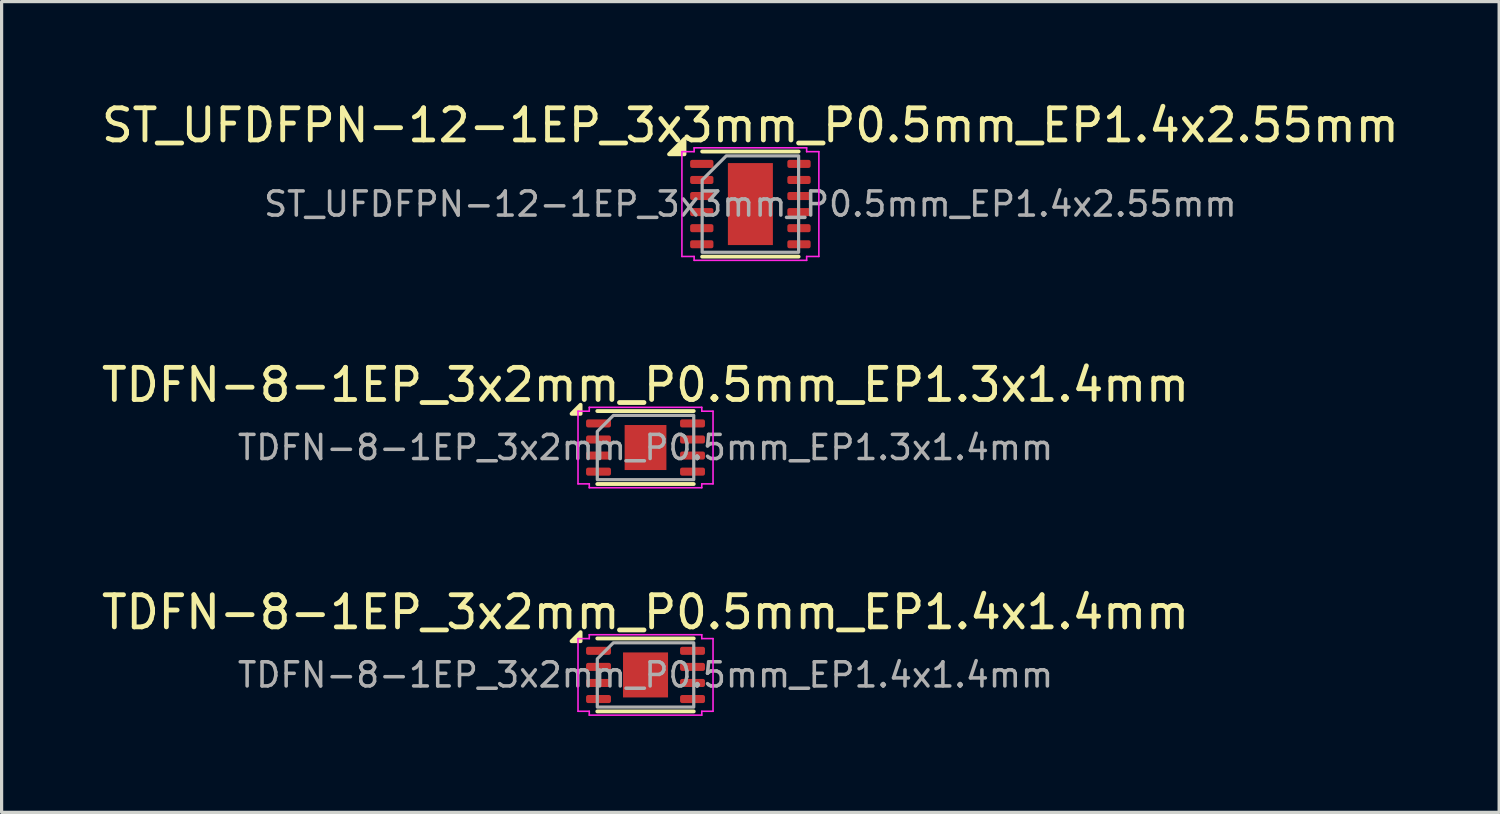
<source format=kicad_pcb>
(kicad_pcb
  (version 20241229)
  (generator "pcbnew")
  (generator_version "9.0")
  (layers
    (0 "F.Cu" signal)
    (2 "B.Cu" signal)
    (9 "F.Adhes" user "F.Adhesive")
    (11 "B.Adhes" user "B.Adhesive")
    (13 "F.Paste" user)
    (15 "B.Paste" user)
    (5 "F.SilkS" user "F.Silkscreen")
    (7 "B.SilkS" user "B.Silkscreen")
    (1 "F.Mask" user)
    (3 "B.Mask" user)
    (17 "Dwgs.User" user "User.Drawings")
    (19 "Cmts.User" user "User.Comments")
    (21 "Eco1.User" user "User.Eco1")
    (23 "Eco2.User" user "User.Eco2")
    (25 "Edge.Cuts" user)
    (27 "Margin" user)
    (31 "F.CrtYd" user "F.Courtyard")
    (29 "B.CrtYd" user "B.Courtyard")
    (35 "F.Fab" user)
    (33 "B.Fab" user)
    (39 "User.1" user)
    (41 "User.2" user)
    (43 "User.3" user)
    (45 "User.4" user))
  (footprint "ST_UFDFPN-12-1EP_3x3mm_P0.5mm_EP1.4x2.55mm"
    (layer "F.Cu")
    (at 20.292 3.298)
    (property "Reference" "ST_UFDFPN-12-1EP_3x3mm_P0.5mm_EP1.4x2.55mm" (at 0 -2.45 0) (layer "F.SilkS") (effects (font (size 1 1) (thickness 0.15))))
    (attr smd)
    (fp_line (start -1.5 -1.635) (end 1.5 -1.635) (stroke (width 0.12) (type solid)) (layer "F.SilkS"))
    (fp_line (start -1.5 1.635) (end 1.5 1.635) (stroke (width 0.12) (type solid)) (layer "F.SilkS"))
    (fp_poly (pts (xy -2.05 -1.55) (xy -2.53 -1.55) (xy -2.05 -2.03)) (stroke (width 0.12) (type solid)) (fill yes) (layer "F.SilkS"))
    (fp_line (start -2.13 -1.63) (end -1.75 -1.63) (stroke (width 0.05) (type solid)) (layer "F.CrtYd"))
    (fp_line (start -2.13 1.63) (end -2.13 -1.63) (stroke (width 0.05) (type solid)) (layer "F.CrtYd"))
    (fp_line (start -1.75 -1.75) (end 1.75 -1.75) (stroke (width 0.05) (type solid)) (layer "F.CrtYd"))
    (fp_line (start -1.75 -1.63) (end -1.75 -1.75) (stroke (width 0.05) (type solid)) (layer "F.CrtYd"))
    (fp_line (start -1.75 1.63) (end -2.13 1.63) (stroke (width 0.05) (type solid)) (layer "F.CrtYd"))
    (fp_line (start -1.75 1.75) (end -1.75 1.63) (stroke (width 0.05) (type solid)) (layer "F.CrtYd"))
    (fp_line (start 1.75 -1.75) (end 1.75 -1.63) (stroke (width 0.05) (type solid)) (layer "F.CrtYd"))
    (fp_line (start 1.75 -1.63) (end 2.13 -1.63) (stroke (width 0.05) (type solid)) (layer "F.CrtYd"))
    (fp_line (start 1.75 1.63) (end 1.75 1.75) (stroke (width 0.05) (type solid)) (layer "F.CrtYd"))
    (fp_line (start 1.75 1.75) (end -1.75 1.75) (stroke (width 0.05) (type solid)) (layer "F.CrtYd"))
    (fp_line (start 2.13 -1.63) (end 2.13 1.63) (stroke (width 0.05) (type solid)) (layer "F.CrtYd"))
    (fp_line (start 2.13 1.63) (end 1.75 1.63) (stroke (width 0.05) (type solid)) (layer "F.CrtYd"))
    (fp_poly (pts (xy -1.5 -0.75) (xy -1.5 1.5) (xy 1.5 1.5) (xy 1.5 -1.5) (xy -0.75 -1.5)) (stroke (width 0.1) (type solid)) (fill no) (layer "F.Fab"))
    (fp_text user "${REFERENCE}" (at 0 0 0) (layer "F.Fab") (effects (font (size 0.75 0.75) (thickness 0.11))))
    (pad "" smd roundrect (at 0 0) (size 1.13 2.06) (layers "F.Paste") (roundrect_rratio 0.221))
    (pad "1" smd roundrect (at -1.512 -1.25) (size 0.725 0.25) (layers "F.Cu" "F.Mask" "F.Paste") (roundrect_rratio 0.25))
    (pad "2" smd roundrect (at -1.512 -0.75) (size 0.725 0.25) (layers "F.Cu" "F.Mask" "F.Paste") (roundrect_rratio 0.25))
    (pad "3" smd roundrect (at -1.512 -0.25) (size 0.725 0.25) (layers "F.Cu" "F.Mask" "F.Paste") (roundrect_rratio 0.25))
    (pad "4" smd roundrect (at -1.512 0.25) (size 0.725 0.25) (layers "F.Cu" "F.Mask" "F.Paste") (roundrect_rratio 0.25))
    (pad "5" smd roundrect (at -1.512 0.75) (size 0.725 0.25) (layers "F.Cu" "F.Mask" "F.Paste") (roundrect_rratio 0.25))
    (pad "6" smd roundrect (at -1.512 1.25) (size 0.725 0.25) (layers "F.Cu" "F.Mask" "F.Paste") (roundrect_rratio 0.25))
    (pad "7" smd roundrect (at 1.512 1.25) (size 0.725 0.25) (layers "F.Cu" "F.Mask" "F.Paste") (roundrect_rratio 0.25))
    (pad "8" smd roundrect (at 1.512 0.75) (size 0.725 0.25) (layers "F.Cu" "F.Mask" "F.Paste") (roundrect_rratio 0.25))
    (pad "9" smd roundrect (at 1.512 0.25) (size 0.725 0.25) (layers "F.Cu" "F.Mask" "F.Paste") (roundrect_rratio 0.25))
    (pad "10" smd roundrect (at 1.512 -0.25) (size 0.725 0.25) (layers "F.Cu" "F.Mask" "F.Paste") (roundrect_rratio 0.25))
    (pad "11" smd roundrect (at 1.512 -0.75) (size 0.725 0.25) (layers "F.Cu" "F.Mask" "F.Paste") (roundrect_rratio 0.25))
    (pad "12" smd roundrect (at 1.512 -1.25) (size 0.725 0.25) (layers "F.Cu" "F.Mask" "F.Paste") (roundrect_rratio 0.25))
    (pad "13" smd rect (at 0 0) (size 1.4 2.55) (property pad_prop_heatsink) (layers "F.Cu" "F.Mask")))
  (footprint "TDFN-8-1EP_3x2mm_P0.5mm_EP1.4x1.4mm"
    (layer "F.Cu")
    (at 17.03 17.945)
    (property "Reference" "TDFN-8-1EP_3x2mm_P0.5mm_EP1.4x1.4mm" (at 0 -1.95 0) (layer "F.SilkS") (effects (font (size 1 1) (thickness 0.15))))
    (attr smd)
    (fp_line (start -1.5 -1.135) (end 1.5 -1.135) (stroke (width 0.12) (type solid)) (layer "F.SilkS"))
    (fp_line (start -1.5 1.135) (end 1.5 1.135) (stroke (width 0.12) (type solid)) (layer "F.SilkS"))
    (fp_poly (pts (xy -2.02 -1.05) (xy -2.3 -1.05) (xy -2.02 -1.33)) (stroke (width 0.12) (type solid)) (fill yes) (layer "F.SilkS"))
    (fp_line (start -2.1 -1.13) (end -1.75 -1.13) (stroke (width 0.05) (type solid)) (layer "F.CrtYd"))
    (fp_line (start -2.1 1.13) (end -2.1 -1.13) (stroke (width 0.05) (type solid)) (layer "F.CrtYd"))
    (fp_line (start -1.75 -1.25) (end 1.75 -1.25) (stroke (width 0.05) (type solid)) (layer "F.CrtYd"))
    (fp_line (start -1.75 -1.13) (end -1.75 -1.25) (stroke (width 0.05) (type solid)) (layer "F.CrtYd"))
    (fp_line (start -1.75 1.13) (end -2.1 1.13) (stroke (width 0.05) (type solid)) (layer "F.CrtYd"))
    (fp_line (start -1.75 1.25) (end -1.75 1.13) (stroke (width 0.05) (type solid)) (layer "F.CrtYd"))
    (fp_line (start 1.75 -1.25) (end 1.75 -1.13) (stroke (width 0.05) (type solid)) (layer "F.CrtYd"))
    (fp_line (start 1.75 -1.13) (end 2.1 -1.13) (stroke (width 0.05) (type solid)) (layer "F.CrtYd"))
    (fp_line (start 1.75 1.13) (end 1.75 1.25) (stroke (width 0.05) (type solid)) (layer "F.CrtYd"))
    (fp_line (start 1.75 1.25) (end -1.75 1.25) (stroke (width 0.05) (type solid)) (layer "F.CrtYd"))
    (fp_line (start 2.1 -1.13) (end 2.1 1.13) (stroke (width 0.05) (type solid)) (layer "F.CrtYd"))
    (fp_line (start 2.1 1.13) (end 1.75 1.13) (stroke (width 0.05) (type solid)) (layer "F.CrtYd"))
    (fp_poly (pts (xy -1.5 -0.5) (xy -1.5 1) (xy 1.5 1) (xy 1.5 -1) (xy -1 -1)) (stroke (width 0.1) (type solid)) (fill no) (layer "F.Fab"))
    (fp_text user "${REFERENCE}" (at 0 0 0) (layer "F.Fab") (effects (font (size 0.75 0.75) (thickness 0.11))))
    (pad "" smd roundrect (at -0.35 -0.35) (size 0.56 0.56) (layers "F.Paste") (roundrect_rratio 0.25))
    (pad "" smd roundrect (at -0.35 0.35) (size 0.56 0.56) (layers "F.Paste") (roundrect_rratio 0.25))
    (pad "" smd roundrect (at 0.35 -0.35) (size 0.56 0.56) (layers "F.Paste") (roundrect_rratio 0.25))
    (pad "" smd roundrect (at 0.35 0.35) (size 0.56 0.56) (layers "F.Paste") (roundrect_rratio 0.25))
    (pad "1" smd roundrect (at -1.462 -0.75) (size 0.775 0.25) (layers "F.Cu" "F.Mask" "F.Paste") (roundrect_rratio 0.25))
    (pad "2" smd roundrect (at -1.462 -0.25) (size 0.775 0.25) (layers "F.Cu" "F.Mask" "F.Paste") (roundrect_rratio 0.25))
    (pad "3" smd roundrect (at -1.462 0.25) (size 0.775 0.25) (layers "F.Cu" "F.Mask" "F.Paste") (roundrect_rratio 0.25))
    (pad "4" smd roundrect (at -1.462 0.75) (size 0.775 0.25) (layers "F.Cu" "F.Mask" "F.Paste") (roundrect_rratio 0.25))
    (pad "5" smd roundrect (at 1.462 0.75) (size 0.775 0.25) (layers "F.Cu" "F.Mask" "F.Paste") (roundrect_rratio 0.25))
    (pad "6" smd roundrect (at 1.462 0.25) (size 0.775 0.25) (layers "F.Cu" "F.Mask" "F.Paste") (roundrect_rratio 0.25))
    (pad "7" smd roundrect (at 1.462 -0.25) (size 0.775 0.25) (layers "F.Cu" "F.Mask" "F.Paste") (roundrect_rratio 0.25))
    (pad "8" smd roundrect (at 1.462 -0.75) (size 0.775 0.25) (layers "F.Cu" "F.Mask" "F.Paste") (roundrect_rratio 0.25))
    (pad "9" smd rect (at 0 0) (size 1.4 1.4) (property pad_prop_heatsink) (layers "F.Cu" "F.Mask")))
  (footprint "TDFN-8-1EP_3x2mm_P0.5mm_EP1.3x1.4mm"
    (layer "F.Cu")
    (at 17.03 10.871)
    (property "Reference" "TDFN-8-1EP_3x2mm_P0.5mm_EP1.3x1.4mm" (at 0 -1.95 0) (layer "F.SilkS") (effects (font (size 1 1) (thickness 0.15))))
    (attr smd)
    (fp_line (start -1.5 -1.135) (end 1.5 -1.135) (stroke (width 0.12) (type solid)) (layer "F.SilkS"))
    (fp_line (start -1.5 1.135) (end 1.5 1.135) (stroke (width 0.12) (type solid)) (layer "F.SilkS"))
    (fp_poly (pts (xy -2.02 -1.05) (xy -2.3 -1.05) (xy -2.02 -1.33)) (stroke (width 0.12) (type solid)) (fill yes) (layer "F.SilkS"))
    (fp_line (start -2.1 -1.13) (end -1.75 -1.13) (stroke (width 0.05) (type solid)) (layer "F.CrtYd"))
    (fp_line (start -2.1 1.13) (end -2.1 -1.13) (stroke (width 0.05) (type solid)) (layer "F.CrtYd"))
    (fp_line (start -1.75 -1.25) (end 1.75 -1.25) (stroke (width 0.05) (type solid)) (layer "F.CrtYd"))
    (fp_line (start -1.75 -1.13) (end -1.75 -1.25) (stroke (width 0.05) (type solid)) (layer "F.CrtYd"))
    (fp_line (start -1.75 1.13) (end -2.1 1.13) (stroke (width 0.05) (type solid)) (layer "F.CrtYd"))
    (fp_line (start -1.75 1.25) (end -1.75 1.13) (stroke (width 0.05) (type solid)) (layer "F.CrtYd"))
    (fp_line (start 1.75 -1.25) (end 1.75 -1.13) (stroke (width 0.05) (type solid)) (layer "F.CrtYd"))
    (fp_line (start 1.75 -1.13) (end 2.1 -1.13) (stroke (width 0.05) (type solid)) (layer "F.CrtYd"))
    (fp_line (start 1.75 1.13) (end 1.75 1.25) (stroke (width 0.05) (type solid)) (layer "F.CrtYd"))
    (fp_line (start 1.75 1.25) (end -1.75 1.25) (stroke (width 0.05) (type solid)) (layer "F.CrtYd"))
    (fp_line (start 2.1 -1.13) (end 2.1 1.13) (stroke (width 0.05) (type solid)) (layer "F.CrtYd"))
    (fp_line (start 2.1 1.13) (end 1.75 1.13) (stroke (width 0.05) (type solid)) (layer "F.CrtYd"))
    (fp_poly (pts (xy -1.5 -0.5) (xy -1.5 1) (xy 1.5 1) (xy 1.5 -1) (xy -1 -1)) (stroke (width 0.1) (type solid)) (fill no) (layer "F.Fab"))
    (fp_text user "${REFERENCE}" (at 0 0 0) (layer "F.Fab") (effects (font (size 0.75 0.75) (thickness 0.11))))
    (pad "" smd roundrect (at -0.325 -0.35) (size 0.52 0.56) (layers "F.Paste") (roundrect_rratio 0.25))
    (pad "" smd roundrect (at -0.325 0.35) (size 0.52 0.56) (layers "F.Paste") (roundrect_rratio 0.25))
    (pad "" smd roundrect (at 0.325 -0.35) (size 0.52 0.56) (layers "F.Paste") (roundrect_rratio 0.25))
    (pad "" smd roundrect (at 0.325 0.35) (size 0.52 0.56) (layers "F.Paste") (roundrect_rratio 0.25))
    (pad "1" smd roundrect (at -1.462 -0.75) (size 0.775 0.25) (layers "F.Cu" "F.Mask" "F.Paste") (roundrect_rratio 0.25))
    (pad "2" smd roundrect (at -1.462 -0.25) (size 0.775 0.25) (layers "F.Cu" "F.Mask" "F.Paste") (roundrect_rratio 0.25))
    (pad "3" smd roundrect (at -1.462 0.25) (size 0.775 0.25) (layers "F.Cu" "F.Mask" "F.Paste") (roundrect_rratio 0.25))
    (pad "4" smd roundrect (at -1.462 0.75) (size 0.775 0.25) (layers "F.Cu" "F.Mask" "F.Paste") (roundrect_rratio 0.25))
    (pad "5" smd roundrect (at 1.462 0.75) (size 0.775 0.25) (layers "F.Cu" "F.Mask" "F.Paste") (roundrect_rratio 0.25))
    (pad "6" smd roundrect (at 1.462 0.25) (size 0.775 0.25) (layers "F.Cu" "F.Mask" "F.Paste") (roundrect_rratio 0.25))
    (pad "7" smd roundrect (at 1.462 -0.25) (size 0.775 0.25) (layers "F.Cu" "F.Mask" "F.Paste") (roundrect_rratio 0.25))
    (pad "8" smd roundrect (at 1.462 -0.75) (size 0.775 0.25) (layers "F.Cu" "F.Mask" "F.Paste") (roundrect_rratio 0.25))
    (pad "9" smd rect (at 0 0) (size 1.3 1.4) (property pad_prop_heatsink) (layers "F.Cu" "F.Mask")))
  (gr_rect
    (start -3 -3)
    (end 43.583 22.22)
    (stroke (width 0.1) (type default))
    (fill no)
    (layer "Edge.Cuts")))
</source>
